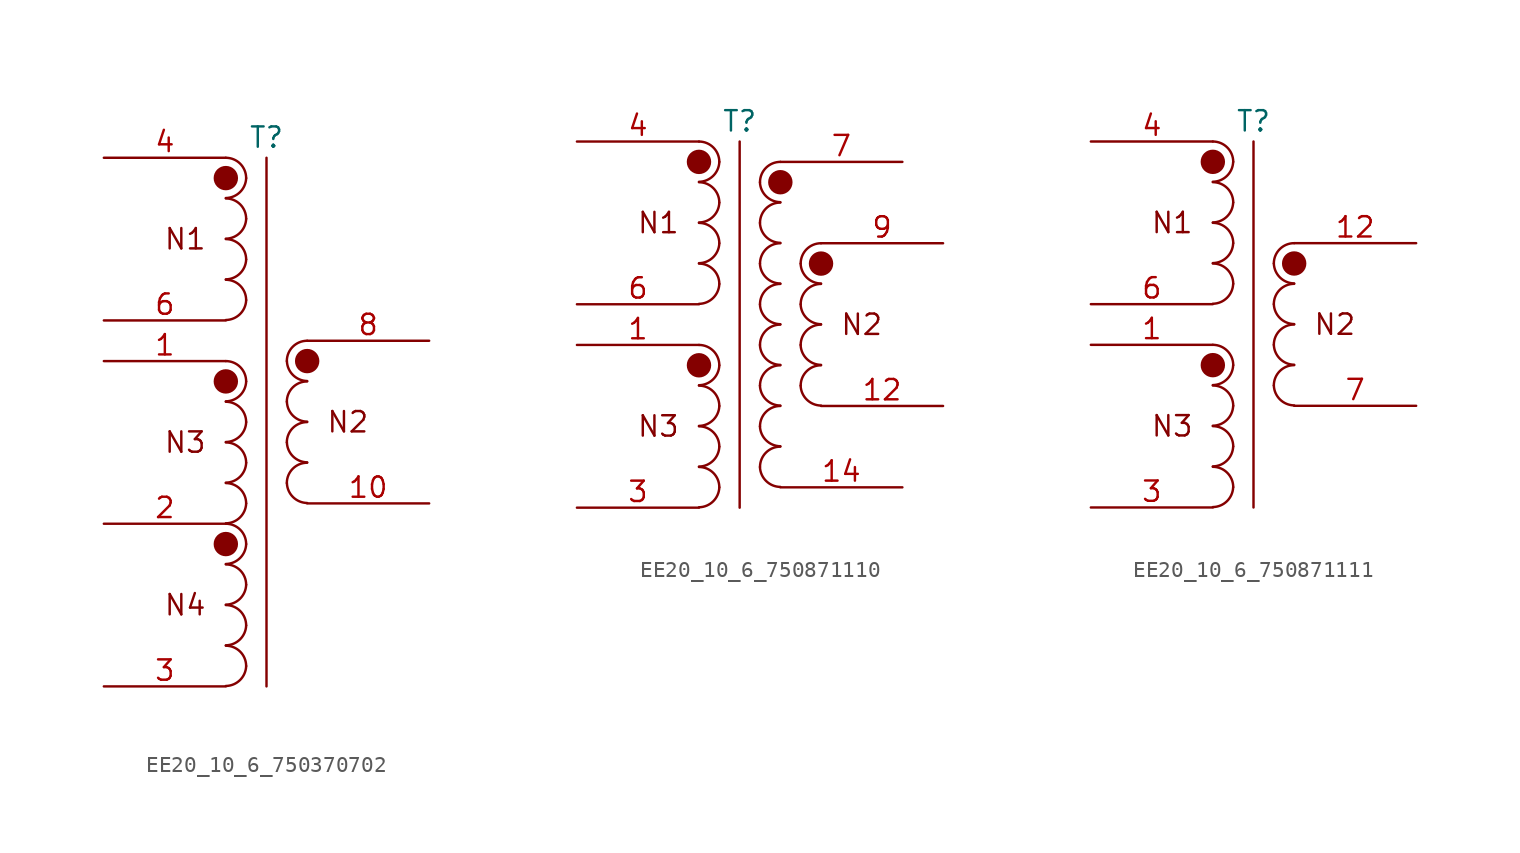
<source format=kicad_sym>
(kicad_symbol_lib
  (version 20220914)
  (generator kicad_symbol_editor)
  (symbol "EE20_10_6_750370702"
    (pin_names hide)
    (property "Reference" "T"
      (at 0 17.78 0)
      (effects (font (size 1.27 1.27))))
    (property "Critical Parameter" ""
      (at 0 -5.08 0)
      (effects (font (size 1.27 1.27)) (justify left)))
    (symbol "EE20_10_6_750370702_0_1"
      (arc (start -2.54 -16.4846) (mid -1.6561 -16.1163) (end -1.27 -15.24) (stroke (width 0) (type default)) (fill (type none)))
      (arc (start -2.54 -13.9446) (mid -1.6561 -13.5763) (end -1.27 -12.7) (stroke (width 0) (type default)) (fill (type none)))
      (arc (start -2.54 -11.4046) (mid -1.6561 -11.0363) (end -1.27 -10.16) (stroke (width 0) (type default)) (fill (type none)))
      (arc (start -2.54 -8.8646) (mid -1.6561 -8.4963) (end -1.27 -7.62) (stroke (width 0) (type default)) (fill (type none)))
      (arc (start -2.54 -6.3246) (mid -1.6561 -5.9563) (end -1.27 -5.08) (stroke (width 0) (type default)) (fill (type none)))
      (arc (start -2.54 -3.7846) (mid -1.6561 -3.4163) (end -1.27 -2.54) (stroke (width 0) (type default)) (fill (type none)))
      (arc (start -2.54 -1.2446) (mid -1.6561 -0.8763) (end -1.27 0) (stroke (width 0) (type default)) (fill (type none)))
      (arc (start -2.54 1.2954) (mid -1.6561 1.6637) (end -1.27 2.54) (stroke (width 0) (type default)) (fill (type none)))
      (arc (start -2.54 6.3754) (mid -1.6561 6.7437) (end -1.27 7.62) (stroke (width 0) (type default)) (fill (type none)))
      (arc (start -2.54 8.9154) (mid -1.6561 9.2837) (end -1.27 10.16) (stroke (width 0) (type default)) (fill (type none)))
      (arc (start -2.54 11.4554) (mid -1.6561 11.8237) (end -1.27 12.7) (stroke (width 0) (type default)) (fill (type none)))
      (arc (start -2.54 13.9954) (mid -1.6561 14.3637) (end -1.27 15.24) (stroke (width 0) (type default)) (fill (type none)))
      (arc (start -1.27 -15.24) (mid -1.642 -14.342) (end -2.54 -13.97) (stroke (width 0) (type default)) (fill (type none)))
      (arc (start -1.27 -12.7) (mid -1.642 -11.802) (end -2.54 -11.43) (stroke (width 0) (type default)) (fill (type none)))
      (arc (start -1.27 -10.16) (mid -1.642 -9.262) (end -2.54 -8.89) (stroke (width 0) (type default)) (fill (type none)))
      (arc (start -1.27 -7.62) (mid -1.642 -6.722) (end -2.54 -6.35) (stroke (width 0) (type default)) (fill (type none)))
      (arc (start -1.27 -5.08) (mid -1.642 -4.182) (end -2.54 -3.81) (stroke (width 0) (type default)) (fill (type none)))
      (arc (start -1.27 -2.54) (mid -1.642 -1.642) (end -2.54 -1.27) (stroke (width 0) (type default)) (fill (type none)))
      (arc (start -1.27 0) (mid -1.642 0.898) (end -2.54 1.27) (stroke (width 0) (type default)) (fill (type none)))
      (arc (start -1.27 2.54) (mid -1.642 3.438) (end -2.54 3.81) (stroke (width 0) (type default)) (fill (type none)))
      (arc (start -1.27 7.62) (mid -1.642 8.518) (end -2.54 8.89) (stroke (width 0) (type default)) (fill (type none)))
      (arc (start -1.27 10.16) (mid -1.642 11.058) (end -2.54 11.43) (stroke (width 0) (type default)) (fill (type none)))
      (arc (start -1.27 12.7) (mid -1.642 13.598) (end -2.54 13.97) (stroke (width 0) (type default)) (fill (type none)))
      (arc (start -1.27 15.24) (mid -1.642 16.138) (end -2.54 16.51) (stroke (width 0) (type default)) (fill (type none)))
      (polyline (pts (xy 0 -16.51) (xy 0 16.51)) (stroke (width 0) (type default)) (fill (type none)))
      (arc (start 1.27 -3.81) (mid 1.6561 -4.6863) (end 2.54 -5.0546) (stroke (width 0) (type default)) (fill (type none)))
      (arc (start 1.27 -1.27) (mid 1.6561 -2.1463) (end 2.54 -2.5146) (stroke (width 0) (type default)) (fill (type none)))
      (arc (start 1.27 1.27) (mid 1.6561 0.3937) (end 2.54 0.0254) (stroke (width 0) (type default)) (fill (type none)))
      (arc (start 1.27 3.81) (mid 1.6561 2.9337) (end 2.54 2.5654) (stroke (width 0) (type default)) (fill (type none)))
      (arc (start 2.54 -2.54) (mid 1.642 -2.912) (end 1.27 -3.81) (stroke (width 0) (type default)) (fill (type none)))
      (arc (start 2.54 0) (mid 1.642 -0.372) (end 1.27 -1.27) (stroke (width 0) (type default)) (fill (type none)))
      (arc (start 2.54 2.54) (mid 1.642 2.168) (end 1.27 1.27) (stroke (width 0) (type default)) (fill (type none)))
      (arc (start 2.54 5.08) (mid 1.642 4.708) (end 1.27 3.81) (stroke (width 0) (type default)) (fill (type none))))
    (symbol "EE20_10_6_750370702_1_1"
      (circle (center -2.54 -7.62) (radius 0.0001) (stroke (width 0.762) (type default)) (fill (type none)))
      (circle (center -2.54 2.54) (radius 0.0001) (stroke (width 0.762) (type default)) (fill (type none)))
      (circle (center -2.54 15.24) (radius 0.0001) (stroke (width 0.762) (type default)) (fill (type none)))
      (circle (center 2.54 3.81) (radius 0.0001) (stroke (width 0.762) (type default)) (fill (type none)))
      (text "N1" (at -5.08 11.43 0) (effects (font (size 1.27 1.27))))
      (text "N2" (at 5.08 0 0) (effects (font (size 1.27 1.27))))
      (text "N3" (at -5.08 -1.27 0) (effects (font (size 1.27 1.27))))
      (text "N4" (at -5.08 -11.43 0) (effects (font (size 1.27 1.27))))
      (pin passive line (at -10.16 3.81 0) (length 7.62) (name "1" (effects (font (size 1.27 1.27)))) (number "1" (effects (font (size 1.27 1.27)))))
      (pin passive line (at 10.16 -5.08 180) (length 7.62) (name "10" (effects (font (size 1.27 1.27)))) (number "10" (effects (font (size 1.27 1.27)))))
      (pin passive line (at -10.16 -6.35 0) (length 7.62) (name "2" (effects (font (size 1.27 1.27)))) (number "2" (effects (font (size 1.27 1.27)))))
      (pin passive line (at -10.16 -16.51 0) (length 7.62) (name "3" (effects (font (size 1.27 1.27)))) (number "3" (effects (font (size 1.27 1.27)))))
      (pin passive line (at -10.16 16.51 0) (length 7.62) (name "4" (effects (font (size 1.27 1.27)))) (number "4" (effects (font (size 1.27 1.27)))))
      (pin passive line (at -10.16 6.35 0) (length 7.62) (name "6" (effects (font (size 1.27 1.27)))) (number "6" (effects (font (size 1.27 1.27)))))
      (pin passive line (at 10.16 5.08 180) (length 7.62) (name "8" (effects (font (size 1.27 1.27)))) (number "8" (effects (font (size 1.27 1.27)))))))
  (symbol "EE20_10_6_750871110"
    (pin_names hide)
    (property "Reference" "T"
      (at 0 12.7 0)
      (effects (font (size 1.27 1.27))))
    (property "Critical Parameter" ""
      (at 0 -5.08 0)
      (effects (font (size 1.27 1.27)) (justify left)))
    (symbol "EE20_10_6_750871110_0_1"
      (arc (start -2.54 -11.4046) (mid -1.6561 -11.0363) (end -1.27 -10.16) (stroke (width 0) (type default)) (fill (type none)))
      (arc (start -2.54 -8.8646) (mid -1.6561 -8.4963) (end -1.27 -7.62) (stroke (width 0) (type default)) (fill (type none)))
      (arc (start -2.54 -6.3246) (mid -1.6561 -5.9563) (end -1.27 -5.08) (stroke (width 0) (type default)) (fill (type none)))
      (arc (start -2.54 -3.7846) (mid -1.6561 -3.4163) (end -1.27 -2.54) (stroke (width 0) (type default)) (fill (type none)))
      (arc (start -2.54 1.2954) (mid -1.6561 1.6637) (end -1.27 2.54) (stroke (width 0) (type default)) (fill (type none)))
      (arc (start -2.54 3.8354) (mid -1.6561 4.2037) (end -1.27 5.08) (stroke (width 0) (type default)) (fill (type none)))
      (arc (start -2.54 6.3754) (mid -1.6561 6.7437) (end -1.27 7.62) (stroke (width 0) (type default)) (fill (type none)))
      (arc (start -2.54 8.9154) (mid -1.6561 9.2837) (end -1.27 10.16) (stroke (width 0) (type default)) (fill (type none)))
      (arc (start -1.27 -10.16) (mid -1.642 -9.262) (end -2.54 -8.89) (stroke (width 0) (type default)) (fill (type none)))
      (arc (start -1.27 -7.62) (mid -1.642 -6.722) (end -2.54 -6.35) (stroke (width 0) (type default)) (fill (type none)))
      (arc (start -1.27 -5.08) (mid -1.642 -4.182) (end -2.54 -3.81) (stroke (width 0) (type default)) (fill (type none)))
      (arc (start -1.27 -2.54) (mid -1.642 -1.642) (end -2.54 -1.27) (stroke (width 0) (type default)) (fill (type none)))
      (arc (start -1.27 2.54) (mid -1.642 3.438) (end -2.54 3.81) (stroke (width 0) (type default)) (fill (type none)))
      (arc (start -1.27 5.08) (mid -1.642 5.978) (end -2.54 6.35) (stroke (width 0) (type default)) (fill (type none)))
      (arc (start -1.27 7.62) (mid -1.642 8.518) (end -2.54 8.89) (stroke (width 0) (type default)) (fill (type none)))
      (arc (start -1.27 10.16) (mid -1.642 11.058) (end -2.54 11.43) (stroke (width 0) (type default)) (fill (type none)))
      (polyline (pts (xy 0 -11.43) (xy 0 11.43)) (stroke (width 0) (type default)) (fill (type none)))
      (arc (start 1.27 -8.89) (mid 1.656 -9.7664) (end 2.54 -10.1346) (stroke (width 0) (type default)) (fill (type none)))
      (arc (start 1.27 -6.35) (mid 1.656 -7.2264) (end 2.54 -7.5946) (stroke (width 0) (type default)) (fill (type none)))
      (arc (start 1.27 -3.81) (mid 1.656 -4.6864) (end 2.54 -5.0546) (stroke (width 0) (type default)) (fill (type none)))
      (arc (start 1.27 -1.27) (mid 1.656 -2.1464) (end 2.54 -2.5146) (stroke (width 0) (type default)) (fill (type none)))
      (arc (start 1.27 1.27) (mid 1.656 0.3936) (end 2.54 0.0254) (stroke (width 0) (type default)) (fill (type none)))
      (arc (start 1.27 3.81) (mid 1.656 2.9336) (end 2.54 2.5654) (stroke (width 0) (type default)) (fill (type none)))
      (arc (start 1.27 6.35) (mid 1.656 5.4736) (end 2.54 5.1054) (stroke (width 0) (type default)) (fill (type none)))
      (arc (start 1.27 8.89) (mid 1.656 8.0136) (end 2.54 7.6454) (stroke (width 0) (type default)) (fill (type none)))
      (arc (start 2.54 -7.62) (mid 1.642 -7.992) (end 1.27 -8.89) (stroke (width 0) (type default)) (fill (type none)))
      (arc (start 2.54 -5.08) (mid 1.642 -5.452) (end 1.27 -6.35) (stroke (width 0) (type default)) (fill (type none)))
      (arc (start 2.54 -2.54) (mid 1.642 -2.912) (end 1.27 -3.81) (stroke (width 0) (type default)) (fill (type none)))
      (arc (start 2.54 0) (mid 1.642 -0.372) (end 1.27 -1.27) (stroke (width 0) (type default)) (fill (type none)))
      (arc (start 2.54 2.54) (mid 1.642 2.168) (end 1.27 1.27) (stroke (width 0) (type default)) (fill (type none)))
      (arc (start 2.54 5.08) (mid 1.642 4.708) (end 1.27 3.81) (stroke (width 0) (type default)) (fill (type none)))
      (arc (start 2.54 7.62) (mid 1.642 7.248) (end 1.27 6.35) (stroke (width 0) (type default)) (fill (type none)))
      (arc (start 2.54 10.16) (mid 1.642 9.788) (end 1.27 8.89) (stroke (width 0) (type default)) (fill (type none)))
      (arc (start 3.81 -3.81) (mid 4.1961 -4.6863) (end 5.08 -5.0546) (stroke (width 0) (type default)) (fill (type none)))
      (arc (start 3.81 -1.27) (mid 4.1961 -2.1463) (end 5.08 -2.5146) (stroke (width 0) (type default)) (fill (type none)))
      (arc (start 3.81 1.27) (mid 4.1961 0.3937) (end 5.08 0.0254) (stroke (width 0) (type default)) (fill (type none)))
      (arc (start 3.81 3.81) (mid 4.1961 2.9337) (end 5.08 2.5654) (stroke (width 0) (type default)) (fill (type none)))
      (arc (start 5.08 -2.54) (mid 4.182 -2.912) (end 3.81 -3.81) (stroke (width 0) (type default)) (fill (type none)))
      (arc (start 5.08 0) (mid 4.182 -0.372) (end 3.81 -1.27) (stroke (width 0) (type default)) (fill (type none)))
      (arc (start 5.08 2.54) (mid 4.182 2.168) (end 3.81 1.27) (stroke (width 0) (type default)) (fill (type none)))
      (arc (start 5.08 5.08) (mid 4.182 4.708) (end 3.81 3.81) (stroke (width 0) (type default)) (fill (type none))))
    (symbol "EE20_10_6_750871110_1_1"
      (circle (center -2.54 -2.54) (radius 0.0001) (stroke (width 0.762) (type default)) (fill (type none)))
      (circle (center -2.54 10.16) (radius 0.0001) (stroke (width 0.762) (type default)) (fill (type none)))
      (circle (center 2.54 8.89) (radius 0.0001) (stroke (width 0.762) (type default)) (fill (type none)))
      (circle (center 5.08 3.81) (radius 0.0001) (stroke (width 0.762) (type default)) (fill (type none)))
      (text "N1" (at -5.08 6.35 0) (effects (font (size 1.27 1.27))))
      (text "N2" (at 7.62 0 0) (effects (font (size 1.27 1.27))))
      (text "N3" (at -5.08 -6.35 0) (effects (font (size 1.27 1.27))))
      (pin passive line (at -10.16 -1.27 0) (length 7.62) (name "1" (effects (font (size 1.27 1.27)))) (number "1" (effects (font (size 1.27 1.27)))))
      (pin passive line (at 12.7 -5.08 180) (length 7.62) (name "12" (effects (font (size 1.27 1.27)))) (number "12" (effects (font (size 1.27 1.27)))))
      (pin passive line (at 10.16 -10.16 180) (length 7.62) (name "14" (effects (font (size 1.27 1.27)))) (number "14" (effects (font (size 1.27 1.27)))))
      (pin passive line (at -10.16 -11.43 0) (length 7.62) (name "3" (effects (font (size 1.27 1.27)))) (number "3" (effects (font (size 1.27 1.27)))))
      (pin passive line (at -10.16 11.43 0) (length 7.62) (name "4" (effects (font (size 1.27 1.27)))) (number "4" (effects (font (size 1.27 1.27)))))
      (pin passive line (at -10.16 1.27 0) (length 7.62) (name "6" (effects (font (size 1.27 1.27)))) (number "6" (effects (font (size 1.27 1.27)))))
      (pin passive line (at 10.16 10.16 180) (length 7.62) (name "7" (effects (font (size 1.27 1.27)))) (number "7" (effects (font (size 1.27 1.27)))))
      (pin passive line (at 12.7 5.08 180) (length 7.62) (name "9" (effects (font (size 1.27 1.27)))) (number "9" (effects (font (size 1.27 1.27)))))))
  (symbol "EE20_10_6_750871111"
    (pin_names hide)
    (property "Reference" "T"
      (at 0 12.7 0)
      (effects (font (size 1.27 1.27))))
    (property "Critical Parameter" ""
      (at 0 -5.08 0)
      (effects (font (size 1.27 1.27)) (justify left)))
    (symbol "EE20_10_6_750871111_0_1"
      (arc (start -2.54 -11.4046) (mid -1.6561 -11.0363) (end -1.27 -10.16) (stroke (width 0) (type default)) (fill (type none)))
      (arc (start -2.54 -8.8646) (mid -1.6561 -8.4963) (end -1.27 -7.62) (stroke (width 0) (type default)) (fill (type none)))
      (arc (start -2.54 -6.3246) (mid -1.6561 -5.9563) (end -1.27 -5.08) (stroke (width 0) (type default)) (fill (type none)))
      (arc (start -2.54 -3.7846) (mid -1.6561 -3.4163) (end -1.27 -2.54) (stroke (width 0) (type default)) (fill (type none)))
      (arc (start -2.54 1.2954) (mid -1.6561 1.6637) (end -1.27 2.54) (stroke (width 0) (type default)) (fill (type none)))
      (arc (start -2.54 3.8354) (mid -1.6561 4.2037) (end -1.27 5.08) (stroke (width 0) (type default)) (fill (type none)))
      (arc (start -2.54 6.3754) (mid -1.6561 6.7437) (end -1.27 7.62) (stroke (width 0) (type default)) (fill (type none)))
      (arc (start -2.54 8.9154) (mid -1.6561 9.2837) (end -1.27 10.16) (stroke (width 0) (type default)) (fill (type none)))
      (arc (start -1.27 -10.16) (mid -1.642 -9.262) (end -2.54 -8.89) (stroke (width 0) (type default)) (fill (type none)))
      (arc (start -1.27 -7.62) (mid -1.642 -6.722) (end -2.54 -6.35) (stroke (width 0) (type default)) (fill (type none)))
      (arc (start -1.27 -5.08) (mid -1.642 -4.182) (end -2.54 -3.81) (stroke (width 0) (type default)) (fill (type none)))
      (arc (start -1.27 -2.54) (mid -1.642 -1.642) (end -2.54 -1.27) (stroke (width 0) (type default)) (fill (type none)))
      (arc (start -1.27 2.54) (mid -1.642 3.438) (end -2.54 3.81) (stroke (width 0) (type default)) (fill (type none)))
      (arc (start -1.27 5.08) (mid -1.642 5.978) (end -2.54 6.35) (stroke (width 0) (type default)) (fill (type none)))
      (arc (start -1.27 7.62) (mid -1.642 8.518) (end -2.54 8.89) (stroke (width 0) (type default)) (fill (type none)))
      (arc (start -1.27 10.16) (mid -1.642 11.058) (end -2.54 11.43) (stroke (width 0) (type default)) (fill (type none)))
      (polyline (pts (xy 0 -11.43) (xy 0 11.43)) (stroke (width 0) (type default)) (fill (type none)))
      (arc (start 1.27 -3.81) (mid 1.6561 -4.6863) (end 2.54 -5.0546) (stroke (width 0) (type default)) (fill (type none)))
      (arc (start 1.27 -1.27) (mid 1.6561 -2.1463) (end 2.54 -2.5146) (stroke (width 0) (type default)) (fill (type none)))
      (arc (start 1.27 1.27) (mid 1.6561 0.3937) (end 2.54 0.0254) (stroke (width 0) (type default)) (fill (type none)))
      (arc (start 1.27 3.81) (mid 1.6561 2.9337) (end 2.54 2.5654) (stroke (width 0) (type default)) (fill (type none)))
      (arc (start 2.54 -2.54) (mid 1.642 -2.912) (end 1.27 -3.81) (stroke (width 0) (type default)) (fill (type none)))
      (arc (start 2.54 0) (mid 1.642 -0.372) (end 1.27 -1.27) (stroke (width 0) (type default)) (fill (type none)))
      (arc (start 2.54 2.54) (mid 1.642 2.168) (end 1.27 1.27) (stroke (width 0) (type default)) (fill (type none)))
      (arc (start 2.54 5.08) (mid 1.642 4.708) (end 1.27 3.81) (stroke (width 0) (type default)) (fill (type none))))
    (symbol "EE20_10_6_750871111_1_1"
      (circle (center -2.54 -2.54) (radius 0.0001) (stroke (width 0.762) (type default)) (fill (type none)))
      (circle (center -2.54 10.16) (radius 0.0001) (stroke (width 0.762) (type default)) (fill (type none)))
      (circle (center 2.54 3.81) (radius 0.0001) (stroke (width 0.762) (type default)) (fill (type none)))
      (text "N1" (at -5.08 6.35 0) (effects (font (size 1.27 1.27))))
      (text "N2" (at 5.08 0 0) (effects (font (size 1.27 1.27))))
      (text "N3" (at -5.08 -6.35 0) (effects (font (size 1.27 1.27))))
      (pin passive line (at -10.16 -1.27 0) (length 7.62) (name "1" (effects (font (size 1.27 1.27)))) (number "1" (effects (font (size 1.27 1.27)))))
      (pin passive line (at 10.16 5.08 180) (length 7.62) (name "12" (effects (font (size 1.27 1.27)))) (number "12" (effects (font (size 1.27 1.27)))))
      (pin passive line (at 10.16 5.08 180) (length 7.62) hide (name "14" (effects (font (size 1.27 1.27)))) (number "14" (effects (font (size 1.27 1.27)))))
      (pin passive line (at -10.16 -11.43 0) (length 7.62) (name "3" (effects (font (size 1.27 1.27)))) (number "3" (effects (font (size 1.27 1.27)))))
      (pin passive line (at -10.16 11.43 0) (length 7.62) (name "4" (effects (font (size 1.27 1.27)))) (number "4" (effects (font (size 1.27 1.27)))))
      (pin passive line (at -10.16 1.27 0) (length 7.62) (name "6" (effects (font (size 1.27 1.27)))) (number "6" (effects (font (size 1.27 1.27)))))
      (pin passive line (at 10.16 -5.08 180) (length 7.62) (name "7" (effects (font (size 1.27 1.27)))) (number "7" (effects (font (size 1.27 1.27)))))
      (pin passive line (at 10.16 -5.08 180) (length 7.62) hide (name "9" (effects (font (size 1.27 1.27)))) (number "9" (effects (font (size 1.27 1.27))))))))
</source>
